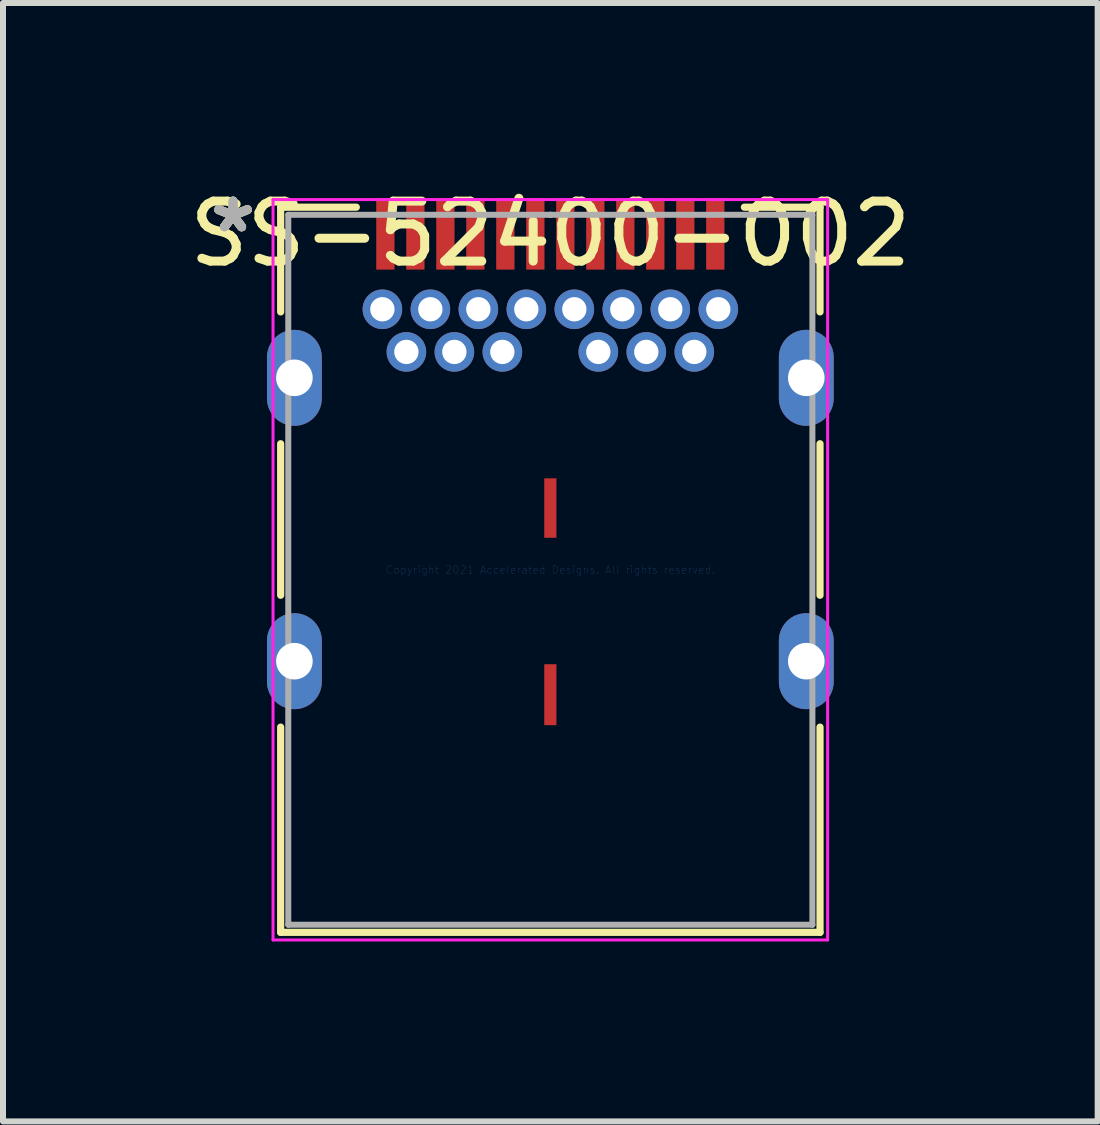
<source format=kicad_pcb>
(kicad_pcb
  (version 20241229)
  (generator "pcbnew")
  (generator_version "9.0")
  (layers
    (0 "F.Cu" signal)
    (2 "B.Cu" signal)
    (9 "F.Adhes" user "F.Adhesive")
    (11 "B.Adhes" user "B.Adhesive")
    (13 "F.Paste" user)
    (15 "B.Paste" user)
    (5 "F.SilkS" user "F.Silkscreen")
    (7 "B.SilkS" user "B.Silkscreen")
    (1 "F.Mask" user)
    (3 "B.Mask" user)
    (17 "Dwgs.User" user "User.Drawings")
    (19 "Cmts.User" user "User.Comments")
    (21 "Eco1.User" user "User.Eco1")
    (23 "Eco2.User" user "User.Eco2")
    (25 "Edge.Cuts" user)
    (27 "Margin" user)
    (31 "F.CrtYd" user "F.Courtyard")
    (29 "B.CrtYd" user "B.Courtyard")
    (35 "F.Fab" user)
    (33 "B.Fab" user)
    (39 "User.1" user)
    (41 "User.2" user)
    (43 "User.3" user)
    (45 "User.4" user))
  (footprint "SS-52400-002"
    (layer "F.Cu")
    (at 6.125 6.449)
    (property "Reference" "SS-52400-002" (at 0 -5.601 0) (layer "F.SilkS") (effects (font (size 1 1) (thickness 0.15))))
    (attr through_hole)
    (fp_line (start -4.496 -6.045) (end -4.496 -4.299) (stroke (width 0.12) (type solid)) (layer "F.SilkS"))
    (fp_line (start -4.496 -2.101) (end -4.496 0.425) (stroke (width 0.12) (type solid)) (layer "F.SilkS"))
    (fp_line (start -4.496 2.623) (end -4.496 6.045) (stroke (width 0.12) (type solid)) (layer "F.SilkS"))
    (fp_line (start -4.496 6.045) (end 4.496 6.045) (stroke (width 0.12) (type solid)) (layer "F.SilkS"))
    (fp_line (start -3.235 -6.045) (end -4.496 -6.045) (stroke (width 0.12) (type solid)) (layer "F.SilkS"))
    (fp_line (start 4.496 -6.045) (end 3.235 -6.045) (stroke (width 0.12) (type solid)) (layer "F.SilkS"))
    (fp_line (start 4.496 -4.299) (end 4.496 -6.045) (stroke (width 0.12) (type solid)) (layer "F.SilkS"))
    (fp_line (start 4.496 0.425) (end 4.496 -2.101) (stroke (width 0.12) (type solid)) (layer "F.SilkS"))
    (fp_line (start 4.496 6.045) (end 4.496 2.623) (stroke (width 0.12) (type solid)) (layer "F.SilkS"))
    (fp_line (start -4.623 -6.172) (end -4.623 6.172) (stroke (width 0.05) (type solid)) (layer "F.CrtYd"))
    (fp_line (start -4.623 6.172) (end 4.623 6.172) (stroke (width 0.05) (type solid)) (layer "F.CrtYd"))
    (fp_line (start 4.623 -6.172) (end -4.623 -6.172) (stroke (width 0.05) (type solid)) (layer "F.CrtYd"))
    (fp_line (start 4.623 6.172) (end 4.623 -6.172) (stroke (width 0.05) (type solid)) (layer "F.CrtYd"))
    (fp_line (start -4.369 -5.918) (end -4.369 5.918) (stroke (width 0.1) (type solid)) (layer "F.Fab"))
    (fp_line (start -4.369 5.918) (end 4.369 5.918) (stroke (width 0.1) (type solid)) (layer "F.Fab"))
    (fp_line (start 0 -5.918) (end 0 -5.918) (stroke (width 0.1) (type solid)) (layer "F.Fab"))
    (fp_line (start 0 -5.918) (end 0 -5.918) (stroke (width 0.1) (type solid)) (layer "F.Fab"))
    (fp_line (start 0 -5.918) (end 0 -5.918) (stroke (width 0.1) (type solid)) (layer "F.Fab"))
    (fp_line (start 0 -5.918) (end 0 -5.918) (stroke (width 0.1) (type solid)) (layer "F.Fab"))
    (fp_line (start 4.369 -5.918) (end -4.369 -5.918) (stroke (width 0.1) (type solid)) (layer "F.Fab"))
    (fp_line (start 4.369 5.918) (end 4.369 -5.918) (stroke (width 0.1) (type solid)) (layer "F.Fab"))
    (fp_text user "*" (at -5.29 -5.601 0) (layer "F.SilkS") (effects (font (size 1 1) (thickness 0.15))))
    (fp_text user "*" (at -5.29 -5.601 0) (layer "F.SilkS") (effects (font (size 1 1) (thickness 0.15))))
    (fp_text user "Copyright 2021 Accelerated Designs. All rights reserved." (at 0 0 0) (layer "Cmts.User") (effects (font (size 0.127 0.127) (thickness 0.002))))
    (fp_text user "*" (at -5.29 -5.601 0) (layer "F.Fab") (effects (font (size 1 1) (thickness 0.15))))
    (fp_text user "*" (at -5.29 -5.601 0) (layer "F.Fab") (effects (font (size 1 1) (thickness 0.15))))
    (pad "27" thru_hole oval (at -4.267 1.524) (size 0.914 1.6) (drill 0.61) (layers "*.Cu" "*.Mask"))
    (pad "28" thru_hole oval (at 4.267 1.524) (size 0.914 1.6) (drill 0.61) (layers "*.Cu" "*.Mask"))
    (pad "29" smd rect (at 0 2.083) (size 0.203 1.016) (layers "F.Cu" "F.Mask" "F.Paste"))
    (pad "30" smd rect (at 0 -1.029) (size 0.203 0.991) (layers "F.Cu" "F.Mask" "F.Paste"))
    (pad "31" thru_hole oval (at -4.267 -3.2) (size 0.914 1.6) (drill 0.61) (layers "*.Cu" "*.Mask"))
    (pad "32" thru_hole oval (at 4.267 -3.2) (size 0.914 1.6) (drill 0.61) (layers "*.Cu" "*.Mask"))
    (pad "A1" smd rect (at -2.75 -5.601) (size 0.305 1.194) (layers "F.Cu" "F.Mask" "F.Paste"))
    (pad "A2" smd rect (at -2.25 -5.601) (size 0.305 1.194) (layers "F.Cu" "F.Mask" "F.Paste"))
    (pad "A3" smd rect (at -1.75 -5.601) (size 0.305 1.194) (layers "F.Cu" "F.Mask" "F.Paste"))
    (pad "A4" smd rect (at -1.25 -5.601) (size 0.305 1.194) (layers "F.Cu" "F.Mask" "F.Paste"))
    (pad "A5" smd rect (at -0.75 -5.601) (size 0.305 1.194) (layers "F.Cu" "F.Mask" "F.Paste"))
    (pad "A6" smd rect (at -0.25 -5.601) (size 0.305 1.194) (layers "F.Cu" "F.Mask" "F.Paste"))
    (pad "A7" smd rect (at 0.25 -5.601) (size 0.305 1.194) (layers "F.Cu" "F.Mask" "F.Paste"))
    (pad "A8" smd rect (at 0.75 -5.601) (size 0.305 1.194) (layers "F.Cu" "F.Mask" "F.Paste"))
    (pad "A9" smd rect (at 1.25 -5.601) (size 0.305 1.194) (layers "F.Cu" "F.Mask" "F.Paste"))
    (pad "A10" smd rect (at 1.75 -5.601) (size 0.305 1.194) (layers "F.Cu" "F.Mask" "F.Paste"))
    (pad "A11" smd rect (at 2.25 -5.601) (size 0.305 1.194) (layers "F.Cu" "F.Mask" "F.Paste"))
    (pad "A12" smd rect (at 2.75 -5.601) (size 0.305 1.194) (layers "F.Cu" "F.Mask" "F.Paste"))
    (pad "B1" thru_hole circle (at 2.8 -4.343) (size 0.66 0.66) (drill 0.406) (layers "*.Cu" "*.Mask"))
    (pad "B2" thru_hole circle (at 2.4 -3.632) (size 0.66 0.66) (drill 0.406) (layers "*.Cu" "*.Mask"))
    (pad "B3" thru_hole circle (at 1.6 -3.632) (size 0.66 0.66) (drill 0.406) (layers "*.Cu" "*.Mask"))
    (pad "B4" thru_hole circle (at 1.2 -4.343) (size 0.66 0.66) (drill 0.406) (layers "*.Cu" "*.Mask"))
    (pad "B5" thru_hole circle (at 0.8 -3.632) (size 0.66 0.66) (drill 0.406) (layers "*.Cu" "*.Mask"))
    (pad "B6" thru_hole circle (at 0.4 -4.343) (size 0.66 0.66) (drill 0.406) (layers "*.Cu" "*.Mask"))
    (pad "B7" thru_hole circle (at -0.4 -4.343) (size 0.66 0.66) (drill 0.406) (layers "*.Cu" "*.Mask"))
    (pad "B8" thru_hole circle (at -0.8 -3.632) (size 0.66 0.66) (drill 0.406) (layers "*.Cu" "*.Mask"))
    (pad "B9" thru_hole circle (at -1.2 -4.343) (size 0.66 0.66) (drill 0.406) (layers "*.Cu" "*.Mask"))
    (pad "B10" thru_hole circle (at -1.6 -3.632) (size 0.66 0.66) (drill 0.406) (layers "*.Cu" "*.Mask"))
    (pad "B11" thru_hole circle (at -2.4 -3.632) (size 0.66 0.66) (drill 0.406) (layers "*.Cu" "*.Mask"))
    (pad "B12" thru_hole circle (at -2.8 -4.343) (size 0.66 0.66) (drill 0.406) (layers "*.Cu" "*.Mask"))
    (pad "MID1" thru_hole circle (at -2 -4.343) (size 0.66 0.66) (drill 0.406) (layers "*.Cu" "*.Mask"))
    (pad "MID2" thru_hole circle (at 2 -4.343) (size 0.66 0.66) (drill 0.406) (layers "*.Cu" "*.Mask")))
  (gr_rect
    (start -3 -3)
    (end 15.25 15.646)
    (stroke (width 0.1) (type default))
    (fill no)
    (layer "Edge.Cuts")))
</source>
